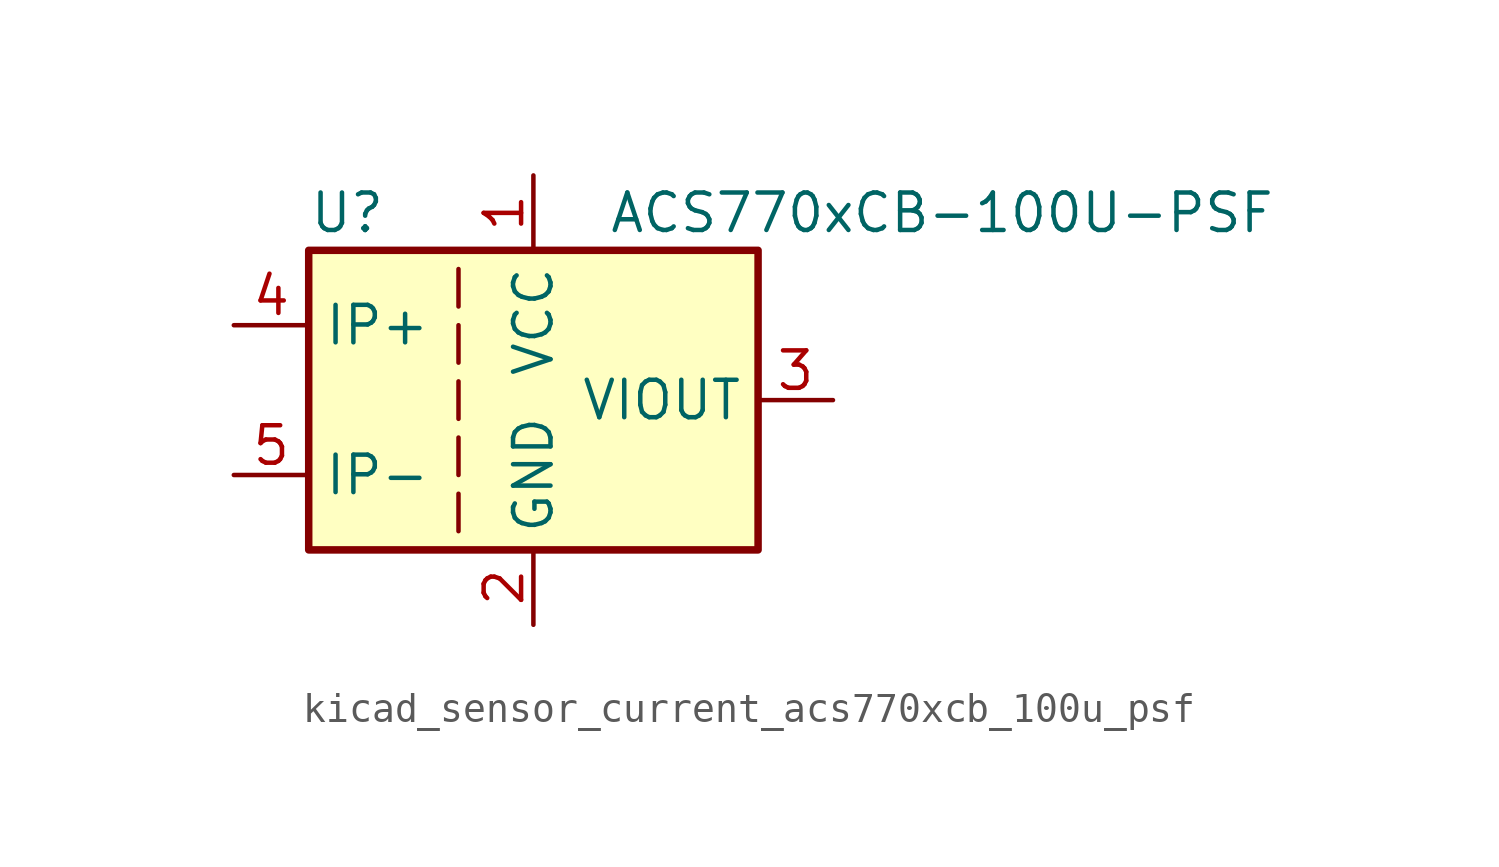
<source format=kicad_sym>
(kicad_symbol_lib
  (version 20220914)
  (generator kicad_symbol_editor)
  (symbol "kicad_sensor_current_acs770xcb_100u_psf"
    (property "Reference" "U"
      (at -7.62 6.35 0)
      (effects (font (size 1.27 1.27)) (justify left)))
    (property "Value" "ACS770xCB-100U-PSF"
      (at 2.54 6.35 0)
      (effects (font (size 1.27 1.27)) (justify left)))
    (symbol "kicad_sensor_current_acs770xcb_100u_psf_0_1"
      (rectangle (start -7.62 5.08) (end 7.62 -5.08) (stroke (width 0.254) (type default)) (fill (type background)))
      (polyline (pts (xy -2.54 -3.175) (xy -2.54 -4.445)) (stroke (width 0) (type default)) (fill (type none)))
      (polyline (pts (xy -2.54 -1.27) (xy -2.54 -2.54)) (stroke (width 0) (type default)) (fill (type none)))
      (polyline (pts (xy -2.54 0.635) (xy -2.54 -0.635)) (stroke (width 0) (type default)) (fill (type none)))
      (polyline (pts (xy -2.54 1.27) (xy -2.54 2.54)) (stroke (width 0) (type default)) (fill (type none)))
      (polyline (pts (xy -2.54 3.175) (xy -2.54 4.445)) (stroke (width 0) (type default)) (fill (type none))))
    (symbol "kicad_sensor_current_acs770xcb_100u_psf_1_1"
      (pin power_in line (at 0 7.62 270) (length 2.54) (name "VCC" (effects (font (size 1.27 1.27)))) (number "1" (effects (font (size 1.27 1.27)))))
      (pin power_in line (at 0 -7.62 90) (length 2.54) (name "GND" (effects (font (size 1.27 1.27)))) (number "2" (effects (font (size 1.27 1.27)))))
      (pin output line (at 10.16 0 180) (length 2.54) (name "VIOUT" (effects (font (size 1.27 1.27)))) (number "3" (effects (font (size 1.27 1.27)))))
      (pin passive line (at -10.16 2.54 0) (length 2.54) (name "IP+" (effects (font (size 1.27 1.27)))) (number "4" (effects (font (size 1.27 1.27)))))
      (pin passive line (at -10.16 -2.54 0) (length 2.54) (name "IP-" (effects (font (size 1.27 1.27)))) (number "5" (effects (font (size 1.27 1.27))))))))
</source>
